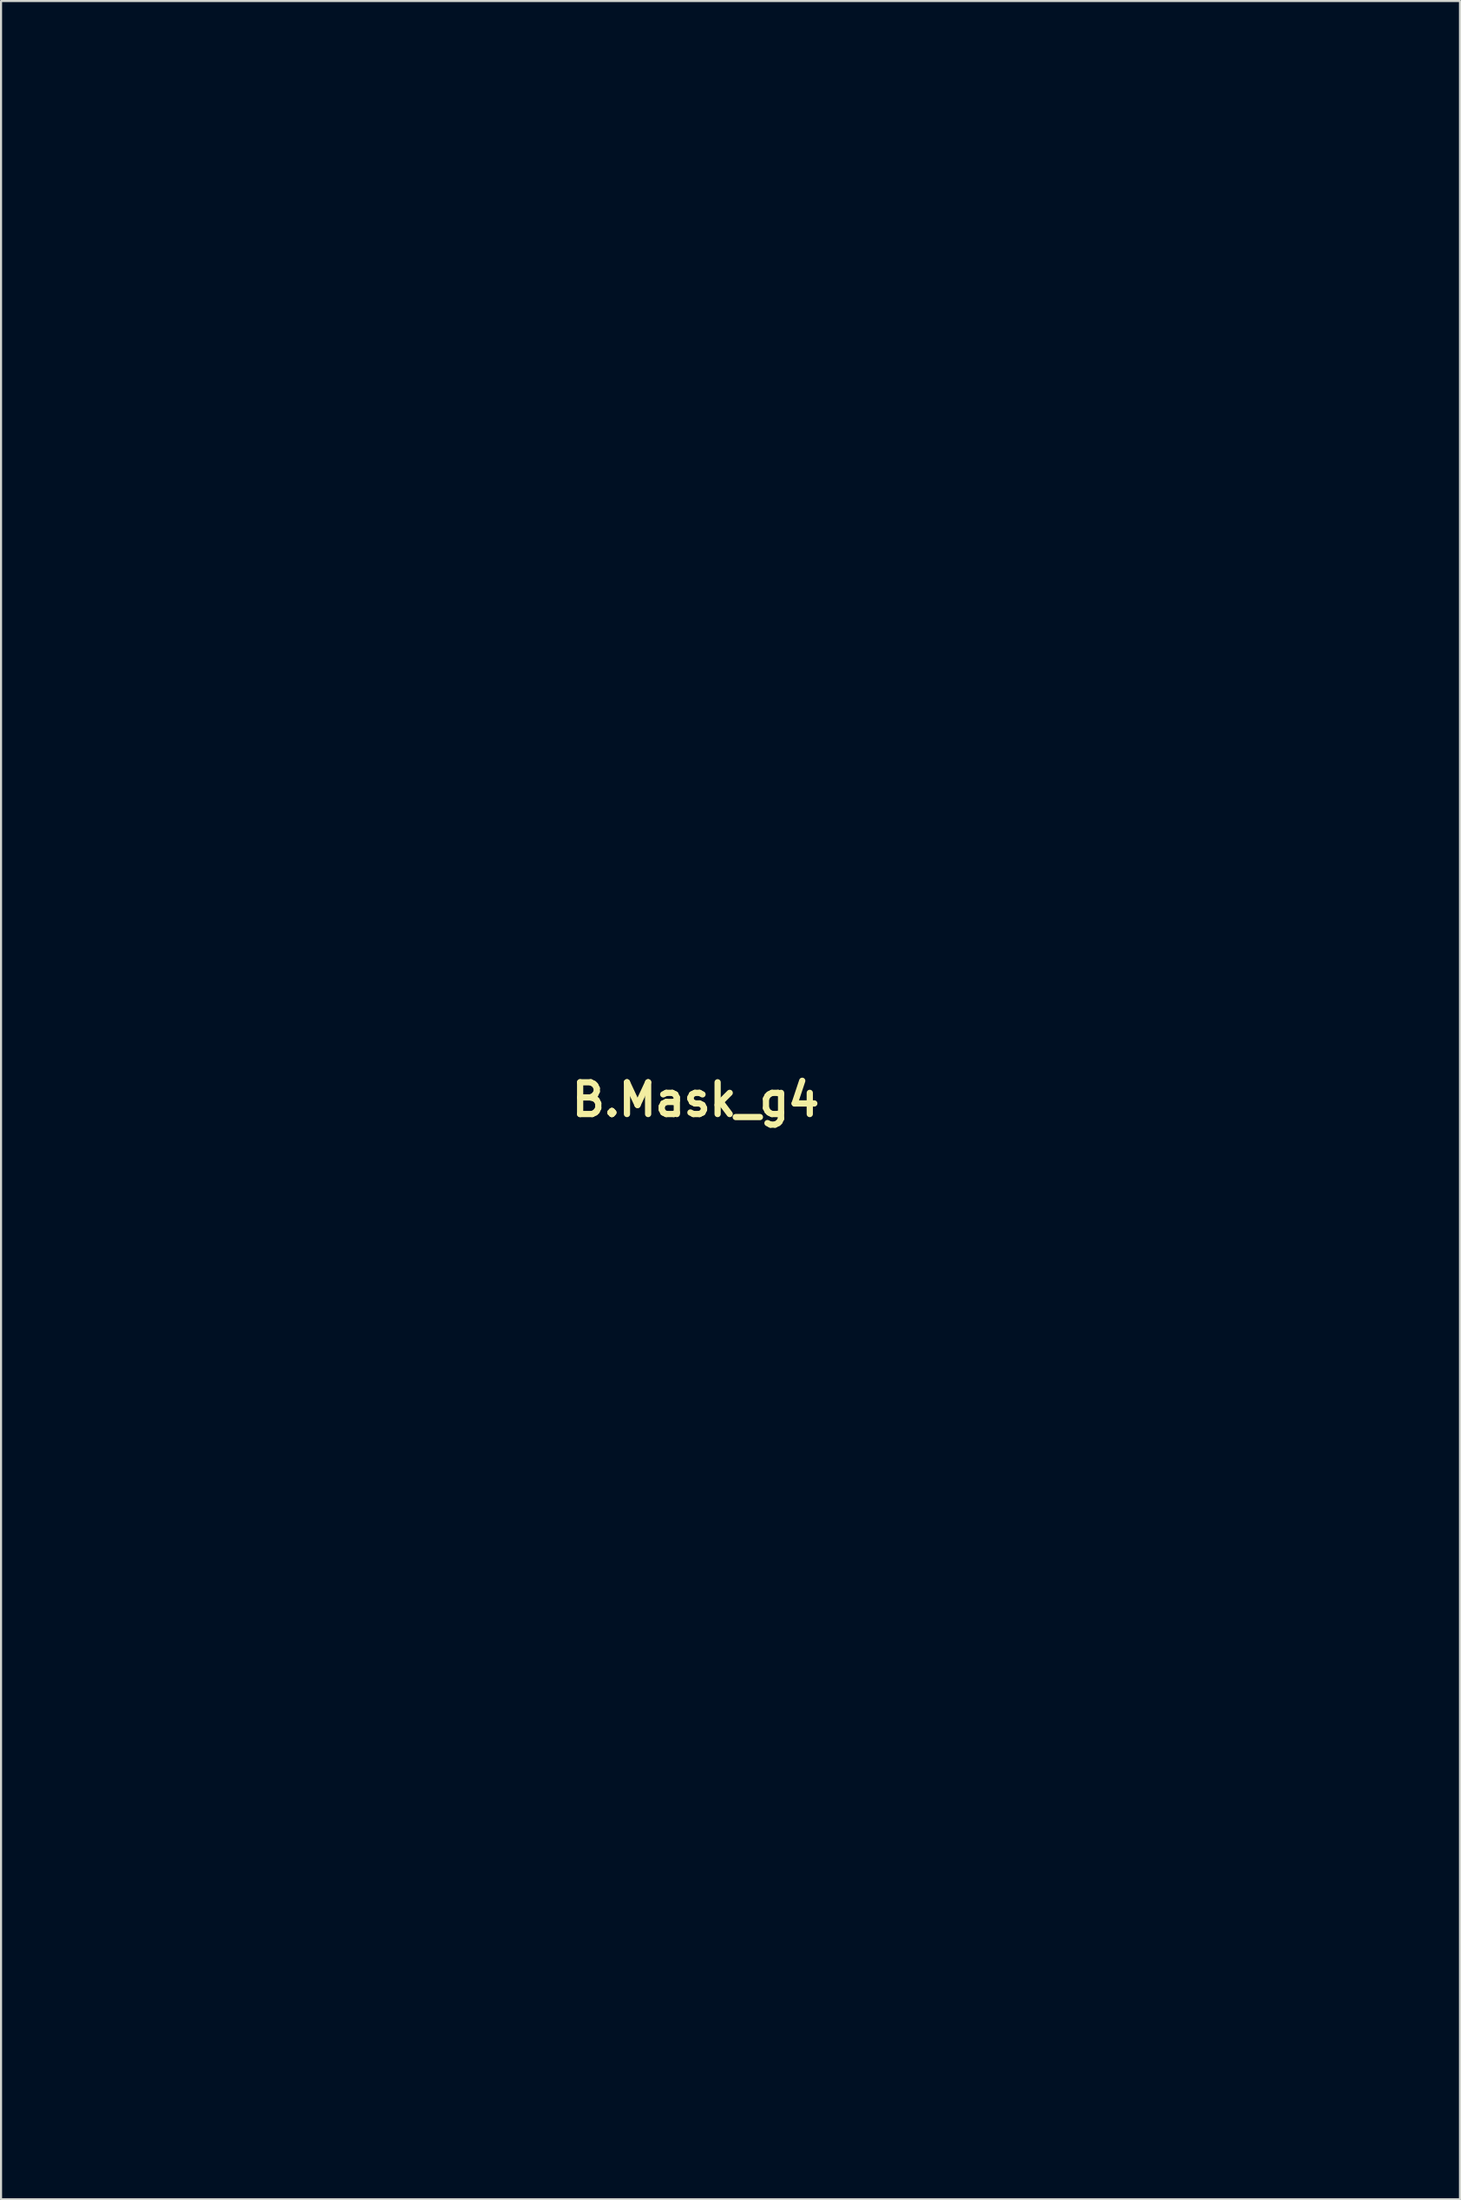
<source format=kicad_pcb>
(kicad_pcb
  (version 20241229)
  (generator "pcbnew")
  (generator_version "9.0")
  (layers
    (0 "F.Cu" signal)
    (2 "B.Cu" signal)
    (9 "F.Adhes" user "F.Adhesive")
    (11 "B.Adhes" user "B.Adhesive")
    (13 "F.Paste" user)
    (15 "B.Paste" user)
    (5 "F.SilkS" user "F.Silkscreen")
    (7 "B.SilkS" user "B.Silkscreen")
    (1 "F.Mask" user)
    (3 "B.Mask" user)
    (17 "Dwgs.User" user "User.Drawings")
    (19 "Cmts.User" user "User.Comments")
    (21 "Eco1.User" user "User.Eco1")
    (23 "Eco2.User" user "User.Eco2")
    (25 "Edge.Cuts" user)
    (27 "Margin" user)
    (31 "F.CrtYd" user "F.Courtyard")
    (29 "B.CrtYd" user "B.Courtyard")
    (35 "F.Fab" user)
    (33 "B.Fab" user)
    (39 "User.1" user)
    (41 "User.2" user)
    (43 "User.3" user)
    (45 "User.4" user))
  (footprint "B.Mask_g4"
    (layer "F.Cu")
    (at 30.369 49.757)
    (property "Reference" "B.Mask_g4" (at 0 0 0) (layer "F.SilkS") (effects (font (size 1.524 1.524) (thickness 0.3))))
    (attr through_hole)
    (fp_poly (pts (xy 11.852 -2.207) (xy 11.952 -2.072) (xy 12.045 -1.901) (xy 12.128 -1.698) (xy 12.2 -1.47) (xy 12.26 -1.223) (xy 12.305 -0.961) (xy 12.321 -0.827) (xy 12.331 -0.684) (xy 12.337 -0.509) (xy 12.337 -0.312) (xy 12.334 -0.101) (xy 12.326 0.113) (xy 12.315 0.32) (xy 12.299 0.511) (xy 12.281 0.676) (xy 12.279 0.693) (xy 12.238 0.959) (xy 12.19 1.23) (xy 12.137 1.499) (xy 12.079 1.759) (xy 12.019 2.003) (xy 11.959 2.223) (xy 11.899 2.415) (xy 11.852 2.543) (xy 11.667 2.959) (xy 11.452 3.351) (xy 11.208 3.718) (xy 10.937 4.059) (xy 10.642 4.37) (xy 10.325 4.65) (xy 9.986 4.897) (xy 9.63 5.109) (xy 9.256 5.283) (xy 9.074 5.353) (xy 8.969 5.389) (xy 8.899 5.41) (xy 8.858 5.416) (xy 8.841 5.407) (xy 8.843 5.381) (xy 8.859 5.34) (xy 8.859 5.339) (xy 8.928 5.175) (xy 9.011 4.976) (xy 9.106 4.746) (xy 9.211 4.488) (xy 9.325 4.208) (xy 9.446 3.909) (xy 9.573 3.596) (xy 9.703 3.272) (xy 9.836 2.942) (xy 9.969 2.609) (xy 10.101 2.279) (xy 10.231 1.955) (xy 10.356 1.641) (xy 10.474 1.341) (xy 10.585 1.06) (xy 10.687 0.801) (xy 10.777 0.57) (xy 10.855 0.369) (xy 10.858 0.36) (xy 11.011 -0.04) (xy 11.149 -0.404) (xy 11.271 -0.733) (xy 11.378 -1.028) (xy 11.472 -1.292) (xy 11.552 -1.526) (xy 11.619 -1.732) (xy 11.675 -1.913) (xy 11.719 -2.069) (xy 11.752 -2.204) (xy 11.759 -2.233) (xy 11.773 -2.297) (xy 11.852 -2.207)) (stroke (width 0.01) (type solid)) (fill yes) (layer "B.Mask"))
    (fp_poly (pts (xy -8.643 -2.204) (xy -8.629 -2.158) (xy -8.626 -2.143) (xy -8.607 -2.063) (xy -8.573 -1.945) (xy -8.524 -1.791) (xy -8.46 -1.601) (xy -8.382 -1.377) (xy -8.291 -1.12) (xy -8.187 -0.832) (xy -8.07 -0.513) (xy -7.942 -0.166) (xy -7.801 0.209) (xy -7.65 0.611) (xy -7.488 1.037) (xy -7.316 1.488) (xy -7.135 1.961) (xy -6.944 2.455) (xy -6.745 2.969) (xy -6.537 3.502) (xy -6.322 4.052) (xy -6.181 4.41) (xy -6.104 4.607) (xy -6.031 4.793) (xy -5.965 4.963) (xy -5.907 5.113) (xy -5.859 5.241) (xy -5.821 5.341) (xy -5.795 5.411) (xy -5.783 5.447) (xy -5.782 5.451) (xy -5.804 5.447) (xy -5.854 5.43) (xy -5.922 5.402) (xy -5.928 5.4) (xy -6.136 5.295) (xy -6.356 5.153) (xy -6.584 4.975) (xy -6.819 4.764) (xy -7.057 4.523) (xy -7.296 4.253) (xy -7.533 3.957) (xy -7.625 3.835) (xy -7.765 3.639) (xy -7.915 3.418) (xy -8.068 3.184) (xy -8.218 2.944) (xy -8.359 2.709) (xy -8.486 2.489) (xy -8.592 2.291) (xy -8.639 2.184) (xy -8.689 2.04) (xy -8.74 1.865) (xy -8.791 1.666) (xy -8.842 1.449) (xy -8.89 1.218) (xy -8.934 0.981) (xy -8.973 0.742) (xy -9.006 0.508) (xy -9.027 0.332) (xy -9.04 0.176) (xy -9.05 -0.005) (xy -9.056 -0.2) (xy -9.058 -0.398) (xy -9.057 -0.591) (xy -9.052 -0.767) (xy -9.044 -0.917) (xy -9.037 -0.984) (xy -9.011 -1.172) (xy -8.976 -1.367) (xy -8.934 -1.553) (xy -8.89 -1.716) (xy -8.877 -1.757) (xy -8.845 -1.844) (xy -8.807 -1.938) (xy -8.766 -2.03) (xy -8.727 -2.113) (xy -8.692 -2.177) (xy -8.667 -2.216) (xy -8.657 -2.223) (xy -8.643 -2.204)) (stroke (width 0.01) (type solid)) (fill yes) (layer "B.Mask"))
    (fp_poly (pts (xy 2.979 -49.752) (xy 4.233 -49.752) (xy 5.446 -49.752) (xy 6.619 -49.752) (xy 7.752 -49.752) (xy 8.847 -49.752) (xy 9.903 -49.752) (xy 10.922 -49.752) (xy 11.904 -49.752) (xy 12.849 -49.752) (xy 13.76 -49.752) (xy 14.635 -49.752) (xy 15.476 -49.752) (xy 16.284 -49.752) (xy 17.059 -49.751) (xy 17.803 -49.751) (xy 18.514 -49.751) (xy 19.196 -49.751) (xy 19.847 -49.751) (xy 20.468 -49.751) (xy 21.062 -49.75) (xy 21.627 -49.75) (xy 22.165 -49.75) (xy 22.677 -49.749) (xy 23.162 -49.749) (xy 23.623 -49.749) (xy 24.059 -49.748) (xy 24.471 -49.748) (xy 24.86 -49.747) (xy 25.226 -49.747) (xy 25.571 -49.746) (xy 25.895 -49.746) (xy 26.198 -49.745) (xy 26.482 -49.745) (xy 26.746 -49.744) (xy 26.993 -49.743) (xy 27.221 -49.743) (xy 27.433 -49.742) (xy 27.629 -49.741) (xy 27.808 -49.74) (xy 27.973 -49.739) (xy 28.124 -49.738) (xy 28.261 -49.737) (xy 28.386 -49.736) (xy 28.498 -49.735) (xy 28.599 -49.734) (xy 28.689 -49.733) (xy 28.769 -49.732) (xy 28.839 -49.731) (xy 28.901 -49.729) (xy 28.955 -49.728) (xy 29.001 -49.727) (xy 29.041 -49.725) (xy 29.075 -49.724) (xy 29.103 -49.722) (xy 29.127 -49.72) (xy 29.147 -49.719) (xy 29.164 -49.717) (xy 29.178 -49.715) (xy 29.189 -49.714) (xy 29.667 -49.618) (xy 30.126 -49.484) (xy 30.563 -49.314) (xy 30.981 -49.107) (xy 31.377 -48.863) (xy 31.753 -48.583) (xy 32.107 -48.265) (xy 32.164 -48.209) (xy 32.27 -48.1) (xy 32.378 -47.983) (xy 32.481 -47.868) (xy 32.569 -47.765) (xy 32.622 -47.697) (xy 32.893 -47.306) (xy 33.125 -46.899) (xy 33.319 -46.475) (xy 33.476 -46.032) (xy 33.597 -45.569) (xy 33.659 -45.233) (xy 33.708 -44.926) (xy 33.708 44.969) (xy 33.658 45.276) (xy 33.561 45.758) (xy 33.428 46.219) (xy 33.258 46.657) (xy 33.053 47.073) (xy 32.811 47.468) (xy 32.533 47.841) (xy 32.218 48.194) (xy 32.163 48.25) (xy 31.817 48.569) (xy 31.452 48.851) (xy 31.066 49.097) (xy 30.659 49.308) (xy 30.229 49.484) (xy 29.775 49.626) (xy 29.295 49.735) (xy 29.225 49.748) (xy 28.967 49.794) (xy 1.799 49.796) (xy 0.726 49.797) (xy -0.337 49.797) (xy -1.389 49.797) (xy -2.43 49.797) (xy -3.458 49.797) (xy -4.474 49.797) (xy -5.475 49.797) (xy -6.462 49.797) (xy -7.433 49.796) (xy -8.388 49.796) (xy -9.325 49.796) (xy -10.245 49.796) (xy -11.146 49.796) (xy -12.028 49.796) (xy -12.889 49.795) (xy -13.729 49.795) (xy -14.547 49.795) (xy -15.343 49.795) (xy -16.115 49.794) (xy -16.862 49.794) (xy -17.585 49.794) (xy -18.281 49.793) (xy -18.951 49.793) (xy -19.594 49.793) (xy -20.208 49.792) (xy -20.793 49.792) (xy -21.348 49.791) (xy -21.873 49.791) (xy -22.366 49.79) (xy -22.827 49.79) (xy -23.255 49.789) (xy -23.648 49.789) (xy -24.007 49.788) (xy -24.331 49.788) (xy -24.619 49.787) (xy -24.869 49.787) (xy -25.081 49.786) (xy -25.255 49.786) (xy -25.389 49.785) (xy -25.483 49.784) (xy -25.536 49.784) (xy -25.548 49.783) (xy -26.007 49.723) (xy -26.458 49.621) (xy -26.897 49.48) (xy -27.324 49.301) (xy -27.733 49.085) (xy -28.124 48.834) (xy -28.492 48.548) (xy -28.808 48.259) (xy -29.129 47.909) (xy -29.415 47.537) (xy -29.664 47.144) (xy -29.877 46.729) (xy -30.054 46.293) (xy -30.193 45.836) (xy -30.296 45.359) (xy -30.315 45.244) (xy -30.364 44.926) (xy -30.364 -44.884) (xy -29.771 -44.884) (xy -29.771 1.668) (xy -29.771 3.294) (xy -29.771 4.879) (xy -29.771 6.424) (xy -29.771 7.928) (xy -29.771 9.392) (xy -29.771 10.818) (xy -29.771 12.204) (xy -29.771 13.553) (xy -29.771 14.864) (xy -29.771 16.138) (xy -29.771 17.376) (xy -29.771 18.577) (xy -29.771 19.744) (xy -29.771 20.875) (xy -29.77 21.972) (xy -29.77 23.035) (xy -29.77 24.065) (xy -29.77 25.063) (xy -29.77 26.028) (xy -29.77 26.961) (xy -29.77 27.863) (xy -29.77 28.735) (xy -29.77 29.577) (xy -29.769 30.389) (xy -29.769 31.172) (xy -29.769 31.926) (xy -29.769 32.653) (xy -29.769 33.352) (xy -29.768 34.024) (xy -29.768 34.67) (xy -29.768 35.291) (xy -29.768 35.885) (xy -29.767 36.456) (xy -29.767 37.002) (xy -29.767 37.524) (xy -29.766 38.023) (xy -29.766 38.5) (xy -29.765 38.954) (xy -29.765 39.387) (xy -29.765 39.799) (xy -29.764 40.19) (xy -29.764 40.562) (xy -29.763 40.914) (xy -29.763 41.247) (xy -29.762 41.562) (xy -29.762 41.859) (xy -29.761 42.139) (xy -29.76 42.402) (xy -29.76 42.649) (xy -29.759 42.88) (xy -29.759 43.096) (xy -29.758 43.298) (xy -29.757 43.485) (xy -29.756 43.659) (xy -29.756 43.82) (xy -29.755 43.968) (xy -29.754 44.104) (xy -29.753 44.229) (xy -29.752 44.343) (xy -29.751 44.447) (xy -29.75 44.541) (xy -29.749 44.625) (xy -29.748 44.701) (xy -29.747 44.769) (xy -29.746 44.829) (xy -29.745 44.882) (xy -29.744 44.928) (xy -29.743 44.968) (xy -29.742 45.003) (xy -29.74 45.032) (xy -29.739 45.058) (xy -29.738 45.079) (xy -29.737 45.096) (xy -29.735 45.111) (xy -29.734 45.124) (xy -29.732 45.135) (xy -29.732 45.138) (xy -29.642 45.595) (xy -29.518 46.028) (xy -29.358 46.438) (xy -29.162 46.826) (xy -28.93 47.193) (xy -28.662 47.539) (xy -28.396 47.827) (xy -28.066 48.128) (xy -27.712 48.395) (xy -27.338 48.626) (xy -26.945 48.821) (xy -26.537 48.978) (xy -26.115 49.097) (xy -25.682 49.175) (xy -25.474 49.198) (xy -25.45 49.198) (xy -25.384 49.199) (xy -25.277 49.199) (xy -25.13 49.199) (xy -24.945 49.199) (xy -24.721 49.2) (xy -24.459 49.2) (xy -24.16 49.2) (xy -23.826 49.2) (xy -23.456 49.201) (xy -23.052 49.201) (xy -22.615 49.201) (xy -22.144 49.201) (xy -21.642 49.201) (xy -21.108 49.202) (xy -20.544 49.202) (xy -19.95 49.202) (xy -19.328 49.202) (xy -18.677 49.202) (xy -17.999 49.202) (xy -17.295 49.203) (xy -16.565 49.203) (xy -15.81 49.203) (xy -15.032 49.203) (xy -14.229 49.203) (xy -13.405 49.203) (xy -12.559 49.203) (xy -11.691 49.203) (xy -10.804 49.203) (xy -9.898 49.203) (xy -8.973 49.203) (xy -8.03 49.203) (xy -7.07 49.203) (xy -6.094 49.203) (xy -5.103 49.203) (xy -4.098 49.203) (xy -3.078 49.203) (xy -2.046 49.203) (xy -1.001 49.203) (xy 0.055 49.203) (xy 1.121 49.203) (xy 1.778 49.203) (xy 28.945 49.2) (xy 29.178 49.156) (xy 29.562 49.071) (xy 29.913 48.969) (xy 30.238 48.847) (xy 30.469 48.741) (xy 30.799 48.564) (xy 31.099 48.373) (xy 31.38 48.159) (xy 31.653 47.914) (xy 31.741 47.828) (xy 32.044 47.497) (xy 32.309 47.148) (xy 32.537 46.778) (xy 32.729 46.389) (xy 32.884 45.977) (xy 33.004 45.543) (xy 33.077 45.17) (xy 33.078 45.16) (xy 33.079 45.148) (xy 33.081 45.134) (xy 33.082 45.117) (xy 33.083 45.096) (xy 33.085 45.071) (xy 33.086 45.042) (xy 33.087 45.008) (xy 33.088 44.968) (xy 33.089 44.922) (xy 33.091 44.869) (xy 33.092 44.809) (xy 33.093 44.742) (xy 33.094 44.666) (xy 33.095 44.581) (xy 33.096 44.487) (xy 33.096 44.383) (xy 33.097 44.269) (xy 33.098 44.143) (xy 33.099 44.007) (xy 33.1 43.858) (xy 33.101 43.697) (xy 33.101 43.522) (xy 33.102 43.334) (xy 33.103 43.132) (xy 33.103 42.915) (xy 33.104 42.684) (xy 33.105 42.436) (xy 33.105 42.172) (xy 33.106 41.891) (xy 33.106 41.593) (xy 33.107 41.277) (xy 33.107 40.943) (xy 33.108 40.59) (xy 33.108 40.217) (xy 33.109 39.825) (xy 33.109 39.411) (xy 33.11 38.977) (xy 33.11 38.521) (xy 33.11 38.043) (xy 33.111 37.543) (xy 33.111 37.019) (xy 33.111 36.472) (xy 33.112 35.9) (xy 33.112 35.303) (xy 33.112 34.682) (xy 33.113 34.034) (xy 33.113 33.36) (xy 33.113 32.659) (xy 33.113 31.931) (xy 33.113 31.174) (xy 33.114 30.389) (xy 33.114 29.575) (xy 33.114 28.732) (xy 33.114 27.858) (xy 33.114 26.954) (xy 33.114 26.019) (xy 33.114 25.052) (xy 33.115 24.052) (xy 33.115 23.02) (xy 33.115 21.955) (xy 33.115 20.855) (xy 33.115 19.722) (xy 33.115 18.553) (xy 33.115 17.349) (xy 33.115 16.109) (xy 33.115 14.833) (xy 33.115 13.52) (xy 33.115 12.169) (xy 33.115 10.78) (xy 33.115 9.352) (xy 33.115 7.885) (xy 33.115 6.378) (xy 33.115 4.832) (xy 33.115 3.244) (xy 33.115 1.615) (xy 33.115 0.011) (xy 33.115 -1.658) (xy 33.115 -3.285) (xy 33.115 -4.871) (xy 33.115 -6.416) (xy 33.115 -7.921) (xy 33.115 -9.386) (xy 33.115 -10.812) (xy 33.115 -12.199) (xy 33.115 -13.549) (xy 33.115 -14.86) (xy 33.115 -16.135) (xy 33.115 -17.373) (xy 33.115 -18.576) (xy 33.115 -19.743) (xy 33.115 -20.875) (xy 33.115 -21.973) (xy 33.115 -23.036) (xy 33.115 -24.067) (xy 33.115 -25.065) (xy 33.114 -26.031) (xy 33.114 -26.965) (xy 33.114 -27.867) (xy 33.114 -28.74) (xy 33.114 -29.582) (xy 33.114 -30.394) (xy 33.113 -31.178) (xy 33.113 -31.933) (xy 33.113 -32.66) (xy 33.113 -33.36) (xy 33.113 -34.033) (xy 33.112 -34.679) (xy 33.112 -35.3) (xy 33.112 -35.895) (xy 33.112 -36.466) (xy 33.111 -37.012) (xy 33.111 -37.535) (xy 33.111 -38.034) (xy 33.11 -38.511) (xy 33.11 -38.966) (xy 33.109 -39.399) (xy 33.109 -39.811) (xy 33.108 -40.203) (xy 33.108 -40.575) (xy 33.108 -40.927) (xy 33.107 -41.26) (xy 33.106 -41.575) (xy 33.106 -41.873) (xy 33.105 -42.152) (xy 33.105 -42.415) (xy 33.104 -42.662) (xy 33.103 -42.894) (xy 33.103 -43.11) (xy 33.102 -43.311) (xy 33.101 -43.498) (xy 33.101 -43.672) (xy 33.1 -43.832) (xy 33.099 -43.981) (xy 33.098 -44.117) (xy 33.097 -44.241) (xy 33.096 -44.355) (xy 33.096 -44.459) (xy 33.095 -44.552) (xy 33.094 -44.636) (xy 33.093 -44.712) (xy 33.092 -44.779) (xy 33.091 -44.839) (xy 33.089 -44.891) (xy 33.088 -44.937) (xy 33.087 -44.976) (xy 33.086 -45.01) (xy 33.085 -45.039) (xy 33.083 -45.063) (xy 33.082 -45.084) (xy 33.081 -45.101) (xy 33.08 -45.115) (xy 33.078 -45.126) (xy 33.077 -45.136) (xy 33.076 -45.138) (xy 32.983 -45.588) (xy 32.859 -46.011) (xy 32.702 -46.41) (xy 32.511 -46.787) (xy 32.286 -47.144) (xy 32.183 -47.287) (xy 31.893 -47.638) (xy 31.581 -47.953) (xy 31.244 -48.234) (xy 30.884 -48.479) (xy 30.5 -48.689) (xy 30.093 -48.864) (xy 29.662 -49.004) (xy 29.207 -49.109) (xy 29.068 -49.133) (xy 28.776 -49.181) (xy -25.411 -49.181) (xy -25.714 -49.133) (xy -26.166 -49.044) (xy -26.594 -48.921) (xy -26.999 -48.762) (xy -27.383 -48.567) (xy -27.747 -48.335) (xy -28.093 -48.067) (xy -28.396 -47.785) (xy -28.696 -47.457) (xy -28.959 -47.113) (xy -29.185 -46.749) (xy -29.374 -46.366) (xy -29.529 -45.96) (xy -29.65 -45.53) (xy -29.724 -45.166) (xy -29.771 -44.884) (xy -30.364 -44.884) (xy -30.364 -44.905) (xy -30.314 -45.212) (xy -30.218 -45.694) (xy -30.09 -46.151) (xy -29.927 -46.583) (xy -29.729 -46.992) (xy -29.497 -47.381) (xy -29.227 -47.751) (xy -28.921 -48.103) (xy -28.807 -48.219) (xy -28.457 -48.541) (xy -28.085 -48.826) (xy -27.691 -49.075) (xy -27.276 -49.287) (xy -26.841 -49.462) (xy -26.387 -49.6) (xy -25.915 -49.7) (xy -25.834 -49.713) (xy -25.821 -49.715) (xy -25.806 -49.717) (xy -25.789 -49.719) (xy -25.769 -49.72) (xy -25.746 -49.722) (xy -25.717 -49.723) (xy -25.684 -49.725) (xy -25.645 -49.726) (xy -25.599 -49.728) (xy -25.546 -49.729) (xy -25.486 -49.73) (xy -25.416 -49.732) (xy -25.338 -49.733) (xy -25.249 -49.734) (xy -25.15 -49.735) (xy -25.04 -49.736) (xy -24.918 -49.737) (xy -24.782 -49.738) (xy -24.634 -49.739) (xy -24.472 -49.74) (xy -24.294 -49.741) (xy -24.102 -49.742) (xy -23.893 -49.742) (xy -23.667 -49.743) (xy -23.424 -49.744) (xy -23.163 -49.745) (xy -22.883 -49.745) (xy -22.583 -49.746) (xy -22.263 -49.746) (xy -21.923 -49.747) (xy -21.56 -49.747) (xy -21.176 -49.748) (xy -20.768 -49.748) (xy -20.337 -49.749) (xy -19.881 -49.749) (xy -19.4 -49.749) (xy -18.894 -49.75) (xy -18.361 -49.75) (xy -17.801 -49.75) (xy -17.213 -49.751) (xy -16.597 -49.751) (xy -15.952 -49.751) (xy -15.276 -49.751) (xy -14.571 -49.751) (xy -13.834 -49.751) (xy -13.065 -49.752) (xy -12.263 -49.752) (xy -11.429 -49.752) (xy -10.56 -49.752) (xy -9.657 -49.752) (xy -8.718 -49.752) (xy -7.743 -49.752) (xy -6.732 -49.752) (xy -5.683 -49.752) (xy -4.596 -49.752) (xy -3.471 -49.752) (xy -2.305 -49.752) (xy -1.1 -49.752) (xy 0.146 -49.752) (xy 1.434 -49.752) (xy 1.683 -49.752) (xy 2.979 -49.752)) (stroke (width 0.01) (type solid)) (fill yes) (layer "B.Mask")))
  (gr_rect
    (start -3 -3)
    (end 67.082 102.559)
    (stroke (width 0.1) (type default))
    (fill no)
    (layer "Edge.Cuts")))
</source>
